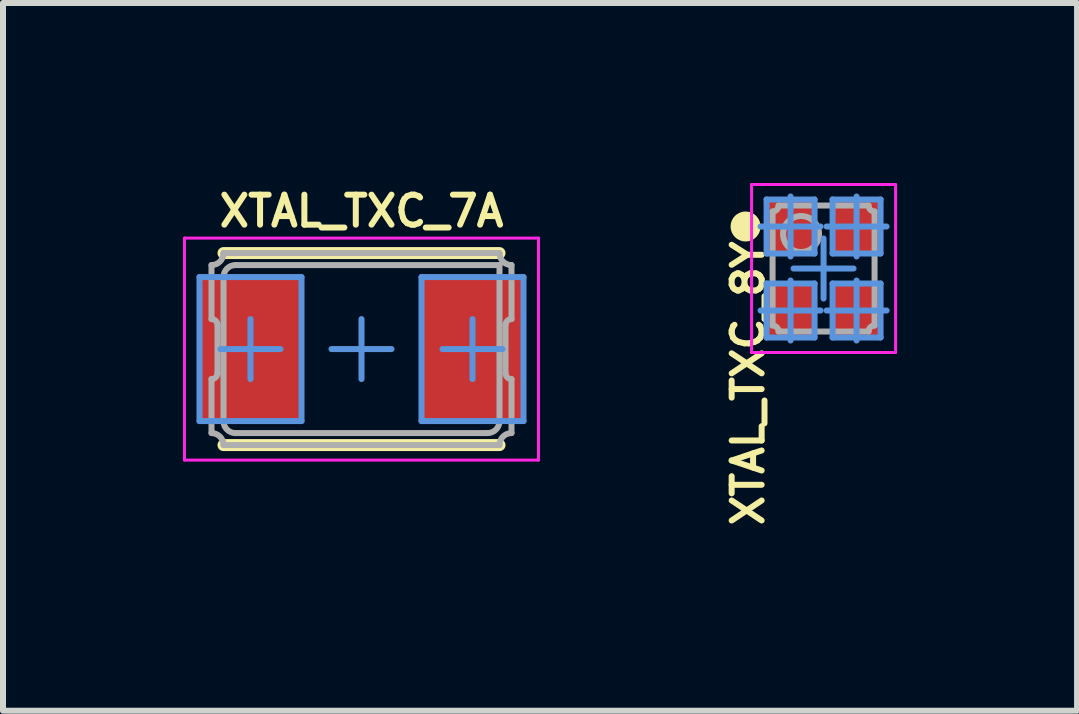
<source format=kicad_pcb>
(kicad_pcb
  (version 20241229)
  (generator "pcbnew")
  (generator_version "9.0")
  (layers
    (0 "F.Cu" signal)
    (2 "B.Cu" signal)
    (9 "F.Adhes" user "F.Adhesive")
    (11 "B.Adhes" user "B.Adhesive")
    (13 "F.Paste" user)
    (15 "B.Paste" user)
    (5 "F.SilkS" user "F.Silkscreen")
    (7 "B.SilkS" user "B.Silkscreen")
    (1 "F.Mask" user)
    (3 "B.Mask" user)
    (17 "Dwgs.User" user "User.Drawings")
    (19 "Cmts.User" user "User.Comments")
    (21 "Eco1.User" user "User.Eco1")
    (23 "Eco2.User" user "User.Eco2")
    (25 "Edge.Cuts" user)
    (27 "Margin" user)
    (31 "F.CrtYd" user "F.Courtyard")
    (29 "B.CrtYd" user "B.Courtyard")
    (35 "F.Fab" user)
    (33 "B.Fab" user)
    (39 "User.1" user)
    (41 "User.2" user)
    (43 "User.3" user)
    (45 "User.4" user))
  (footprint "XTAL_TXC_8Y"
    (layer "F.Cu")
    (at 10.676 1.425)
    (property "Reference" "XTAL_TXC_8Y" (at -1.258 1.914 90) (layer "F.SilkS") (effects (font (size 0.5 0.5) (thickness 0.1))))
    (attr smd)
    (fp_circle (center -1.3 -0.7) (end -1.175 -0.7) (stroke (width 0.25) (type solid)) (fill no) (layer "F.SilkS"))
    (fp_line (start -1.05 -0.7) (end -0.55 -0.7) (stroke (width 0.1) (type solid)) (layer "Cmts.User"))
    (fp_line (start -1.05 0.7) (end -0.55 0.7) (stroke (width 0.1) (type solid)) (layer "Cmts.User"))
    (fp_line (start -0.95 -1.15) (end -0.15 -1.15) (stroke (width 0.1) (type solid)) (layer "Cmts.User"))
    (fp_line (start -0.95 -0.25) (end -0.95 -1.15) (stroke (width 0.1) (type solid)) (layer "Cmts.User"))
    (fp_line (start -0.95 -0.25) (end -0.15 -0.25) (stroke (width 0.1) (type solid)) (layer "Cmts.User"))
    (fp_line (start -0.95 0.25) (end -0.15 0.25) (stroke (width 0.1) (type solid)) (layer "Cmts.User"))
    (fp_line (start -0.95 1.15) (end -0.95 0.25) (stroke (width 0.1) (type solid)) (layer "Cmts.User"))
    (fp_line (start -0.95 1.15) (end -0.15 1.15) (stroke (width 0.1) (type solid)) (layer "Cmts.User"))
    (fp_line (start -0.55 -0.7) (end -0.55 -1.2) (stroke (width 0.1) (type solid)) (layer "Cmts.User"))
    (fp_line (start -0.55 -0.7) (end -0.05 -0.7) (stroke (width 0.1) (type solid)) (layer "Cmts.User"))
    (fp_line (start -0.55 -0.2) (end -0.55 -0.7) (stroke (width 0.1) (type solid)) (layer "Cmts.User"))
    (fp_line (start -0.55 0.7) (end -0.55 0.2) (stroke (width 0.1) (type solid)) (layer "Cmts.User"))
    (fp_line (start -0.55 0.7) (end -0.05 0.7) (stroke (width 0.1) (type solid)) (layer "Cmts.User"))
    (fp_line (start -0.55 1.2) (end -0.55 0.7) (stroke (width 0.1) (type solid)) (layer "Cmts.User"))
    (fp_line (start -0.5 0) (end 0 0) (stroke (width 0.1) (type solid)) (layer "Cmts.User"))
    (fp_line (start -0.15 -0.25) (end -0.15 -1.15) (stroke (width 0.1) (type solid)) (layer "Cmts.User"))
    (fp_line (start -0.15 1.15) (end -0.15 0.25) (stroke (width 0.1) (type solid)) (layer "Cmts.User"))
    (fp_line (start 0 0) (end 0 -0.5) (stroke (width 0.1) (type solid)) (layer "Cmts.User"))
    (fp_line (start 0 0) (end 0.5 0) (stroke (width 0.1) (type solid)) (layer "Cmts.User"))
    (fp_line (start 0 0.5) (end 0 0) (stroke (width 0.1) (type solid)) (layer "Cmts.User"))
    (fp_line (start 0.05 -0.7) (end 0.55 -0.7) (stroke (width 0.1) (type solid)) (layer "Cmts.User"))
    (fp_line (start 0.05 0.7) (end 0.55 0.7) (stroke (width 0.1) (type solid)) (layer "Cmts.User"))
    (fp_line (start 0.15 -1.15) (end 0.95 -1.15) (stroke (width 0.1) (type solid)) (layer "Cmts.User"))
    (fp_line (start 0.15 -0.25) (end 0.15 -1.15) (stroke (width 0.1) (type solid)) (layer "Cmts.User"))
    (fp_line (start 0.15 -0.25) (end 0.95 -0.25) (stroke (width 0.1) (type solid)) (layer "Cmts.User"))
    (fp_line (start 0.15 0.25) (end 0.95 0.25) (stroke (width 0.1) (type solid)) (layer "Cmts.User"))
    (fp_line (start 0.15 1.15) (end 0.15 0.25) (stroke (width 0.1) (type solid)) (layer "Cmts.User"))
    (fp_line (start 0.15 1.15) (end 0.95 1.15) (stroke (width 0.1) (type solid)) (layer "Cmts.User"))
    (fp_line (start 0.55 -0.7) (end 0.55 -1.2) (stroke (width 0.1) (type solid)) (layer "Cmts.User"))
    (fp_line (start 0.55 -0.7) (end 1.05 -0.7) (stroke (width 0.1) (type solid)) (layer "Cmts.User"))
    (fp_line (start 0.55 -0.2) (end 0.55 -0.7) (stroke (width 0.1) (type solid)) (layer "Cmts.User"))
    (fp_line (start 0.55 0.7) (end 0.55 0.2) (stroke (width 0.1) (type solid)) (layer "Cmts.User"))
    (fp_line (start 0.55 0.7) (end 1.05 0.7) (stroke (width 0.1) (type solid)) (layer "Cmts.User"))
    (fp_line (start 0.55 1.2) (end 0.55 0.7) (stroke (width 0.1) (type solid)) (layer "Cmts.User"))
    (fp_line (start 0.95 -0.25) (end 0.95 -1.15) (stroke (width 0.1) (type solid)) (layer "Cmts.User"))
    (fp_line (start 0.95 1.15) (end 0.95 0.25) (stroke (width 0.1) (type solid)) (layer "Cmts.User"))
    (fp_line (start -1.2 -1.4) (end 1.2 -1.4) (stroke (width 0.05) (type solid)) (layer "F.CrtYd"))
    (fp_line (start -1.2 1.4) (end -1.2 -1.4) (stroke (width 0.05) (type solid)) (layer "F.CrtYd"))
    (fp_line (start -1.2 1.4) (end 1.2 1.4) (stroke (width 0.05) (type solid)) (layer "F.CrtYd"))
    (fp_line (start 1.2 1.4) (end 1.2 -1.4) (stroke (width 0.05) (type solid)) (layer "F.CrtYd"))
    (fp_line (start -0.85 0.95) (end -0.85 -0.95) (stroke (width 0.1) (type solid)) (layer "F.Fab"))
    (fp_line (start -0.75 -1.05) (end 0.75 -1.05) (stroke (width 0.1) (type solid)) (layer "F.Fab"))
    (fp_line (start -0.75 1.05) (end 0.75 1.05) (stroke (width 0.1) (type solid)) (layer "F.Fab"))
    (fp_line (start 0.85 0.95) (end 0.85 -0.95) (stroke (width 0.1) (type solid)) (layer "F.Fab"))
    (fp_arc (start -0.85 0.95) (mid -0.779289 0.979289) (end -0.75 1.05) (stroke (width 0.1) (type solid)) (layer "F.Fab"))
    (fp_arc (start -0.75 -1.05) (mid -0.779289 -0.979289) (end -0.85 -0.95) (stroke (width 0.1) (type solid)) (layer "F.Fab"))
    (fp_arc (start 0.75 1.05) (mid 0.779289 0.979289) (end 0.85 0.95) (stroke (width 0.1) (type solid)) (layer "F.Fab"))
    (fp_arc (start 0.85 -0.95) (mid 0.779289 -0.979289) (end 0.75 -1.05) (stroke (width 0.1) (type solid)) (layer "F.Fab"))
    (fp_circle (center -0.375 -0.575) (end -0.075 -0.575) (stroke (width 0.1) (type solid)) (fill no) (layer "F.Fab"))
    (pad "1" smd rect (at -0.55 -0.7) (size 0.8 0.9) (layers "F.Cu" "F.Mask" "F.Paste"))
    (pad "2" smd rect (at -0.55 0.7) (size 0.8 0.9) (layers "F.Cu" "F.Mask" "F.Paste"))
    (pad "3" smd rect (at 0.55 0.7) (size 0.8 0.9) (layers "F.Cu" "F.Mask" "F.Paste"))
    (pad "4" smd rect (at 0.55 -0.7) (size 0.8 0.9) (layers "F.Cu" "F.Mask" "F.Paste")))
  (footprint "XTAL_TXC_7A"
    (layer "F.Cu")
    (at 2.975 2.768)
    (property "Reference" "XTAL_TXC_7A" (at 0 -2.3 0) (layer "F.SilkS") (effects (font (size 0.5 0.5) (thickness 0.1))))
    (attr smd)
    (fp_line (start -2.3 -1.6) (end 2.3 -1.6) (stroke (width 0.2) (type solid)) (layer "F.SilkS"))
    (fp_line (start -2.3 1.6) (end 2.3 1.6) (stroke (width 0.2) (type solid)) (layer "F.SilkS"))
    (fp_line (start -2.7 -1.2) (end -1 -1.2) (stroke (width 0.1) (type solid)) (layer "Cmts.User"))
    (fp_line (start -2.7 1.2) (end -2.7 -1.2) (stroke (width 0.1) (type solid)) (layer "Cmts.User"))
    (fp_line (start -2.7 1.2) (end -1 1.2) (stroke (width 0.1) (type solid)) (layer "Cmts.User"))
    (fp_line (start -2.35 0) (end -1.85 0) (stroke (width 0.1) (type solid)) (layer "Cmts.User"))
    (fp_line (start -1.85 0) (end -1.85 -0.5) (stroke (width 0.1) (type solid)) (layer "Cmts.User"))
    (fp_line (start -1.85 0) (end -1.35 0) (stroke (width 0.1) (type solid)) (layer "Cmts.User"))
    (fp_line (start -1.85 0.5) (end -1.85 0) (stroke (width 0.1) (type solid)) (layer "Cmts.User"))
    (fp_line (start -1 1.2) (end -1 -1.2) (stroke (width 0.1) (type solid)) (layer "Cmts.User"))
    (fp_line (start -0.5 0) (end 0 0) (stroke (width 0.1) (type solid)) (layer "Cmts.User"))
    (fp_line (start 0 0) (end 0 -0.5) (stroke (width 0.1) (type solid)) (layer "Cmts.User"))
    (fp_line (start 0 0) (end 0.5 0) (stroke (width 0.1) (type solid)) (layer "Cmts.User"))
    (fp_line (start 0 0.5) (end 0 0) (stroke (width 0.1) (type solid)) (layer "Cmts.User"))
    (fp_line (start 1 -1.2) (end 2.7 -1.2) (stroke (width 0.1) (type solid)) (layer "Cmts.User"))
    (fp_line (start 1 1.2) (end 1 -1.2) (stroke (width 0.1) (type solid)) (layer "Cmts.User"))
    (fp_line (start 1 1.2) (end 2.7 1.2) (stroke (width 0.1) (type solid)) (layer "Cmts.User"))
    (fp_line (start 1.35 0) (end 1.85 0) (stroke (width 0.1) (type solid)) (layer "Cmts.User"))
    (fp_line (start 1.85 0) (end 1.85 -0.5) (stroke (width 0.1) (type solid)) (layer "Cmts.User"))
    (fp_line (start 1.85 0) (end 2.35 0) (stroke (width 0.1) (type solid)) (layer "Cmts.User"))
    (fp_line (start 1.85 0.5) (end 1.85 0) (stroke (width 0.1) (type solid)) (layer "Cmts.User"))
    (fp_line (start 2.7 1.2) (end 2.7 -1.2) (stroke (width 0.1) (type solid)) (layer "Cmts.User"))
    (fp_line (start -2.95 -1.85) (end 2.95 -1.85) (stroke (width 0.05) (type solid)) (layer "F.CrtYd"))
    (fp_line (start -2.95 1.85) (end -2.95 -1.85) (stroke (width 0.05) (type solid)) (layer "F.CrtYd"))
    (fp_line (start -2.95 1.85) (end 2.95 1.85) (stroke (width 0.05) (type solid)) (layer "F.CrtYd"))
    (fp_line (start 2.95 1.85) (end 2.95 -1.85) (stroke (width 0.05) (type solid)) (layer "F.CrtYd"))
    (fp_line (start -2.5 -0.5) (end -2.5 -1.4) (stroke (width 0.1) (type solid)) (layer "F.Fab"))
    (fp_line (start -2.5 1.4) (end -2.5 0.5) (stroke (width 0.1) (type solid)) (layer "F.Fab"))
    (fp_line (start -2.4 0.4) (end -2.4 -0.4) (stroke (width 0.1) (type solid)) (layer "F.Fab"))
    (fp_line (start -2.3 -1.6) (end 2.3 -1.6) (stroke (width 0.1) (type solid)) (layer "F.Fab"))
    (fp_line (start -2.3 1.2) (end -2.3 -1.2) (stroke (width 0.1) (type solid)) (layer "F.Fab"))
    (fp_line (start -2.3 1.6) (end 2.3 1.6) (stroke (width 0.1) (type solid)) (layer "F.Fab"))
    (fp_line (start -2.1 -1.4) (end 2.3 -1.4) (stroke (width 0.1) (type solid)) (layer "F.Fab"))
    (fp_line (start -2.1 1.4) (end 2.1 1.4) (stroke (width 0.1) (type solid)) (layer "F.Fab"))
    (fp_line (start 2.3 1.2) (end 2.3 -1.4) (stroke (width 0.1) (type solid)) (layer "F.Fab"))
    (fp_line (start 2.4 0.4) (end 2.4 -0.4) (stroke (width 0.1) (type solid)) (layer "F.Fab"))
    (fp_line (start 2.5 -0.5) (end 2.5 -1.4) (stroke (width 0.1) (type solid)) (layer "F.Fab"))
    (fp_line (start 2.5 1.4) (end 2.5 0.5) (stroke (width 0.1) (type solid)) (layer "F.Fab"))
    (fp_arc (start -2.5 -0.5) (mid -2.429289 -0.470711) (end -2.4 -0.4) (stroke (width 0.1) (type solid)) (layer "F.Fab"))
    (fp_arc (start -2.5 1.4) (mid -2.358579 1.458579) (end -2.3 1.6) (stroke (width 0.1) (type solid)) (layer "F.Fab"))
    (fp_arc (start -2.4 0.4) (mid -2.429289 0.470711) (end -2.5 0.5) (stroke (width 0.1) (type solid)) (layer "F.Fab"))
    (fp_arc (start -2.3 -1.6) (mid -2.358579 -1.458579) (end -2.5 -1.4) (stroke (width 0.1) (type solid)) (layer "F.Fab"))
    (fp_arc (start -2.3 -1.2) (mid -2.241421 -1.341421) (end -2.1 -1.4) (stroke (width 0.1) (type solid)) (layer "F.Fab"))
    (fp_arc (start -2.1 1.4) (mid -2.241421 1.341421) (end -2.3 1.2) (stroke (width 0.1) (type solid)) (layer "F.Fab"))
    (fp_arc (start 2.3 1.2) (mid 2.241421 1.341421) (end 2.1 1.4) (stroke (width 0.1) (type solid)) (layer "F.Fab"))
    (fp_arc (start 2.3 1.6) (mid 2.358579 1.458579) (end 2.5 1.4) (stroke (width 0.1) (type solid)) (layer "F.Fab"))
    (fp_arc (start 2.4 -0.4) (mid 2.429289 -0.470711) (end 2.5 -0.5) (stroke (width 0.1) (type solid)) (layer "F.Fab"))
    (fp_arc (start 2.5 -1.4) (mid 2.358579 -1.458579) (end 2.3 -1.6) (stroke (width 0.1) (type solid)) (layer "F.Fab"))
    (fp_arc (start 2.5 0.5) (mid 2.429289 0.470711) (end 2.4 0.4) (stroke (width 0.1) (type solid)) (layer "F.Fab"))
    (pad "1" smd rect (at -1.85 0 180) (size 1.7 2.4) (layers "F.Cu" "F.Mask" "F.Paste"))
    (pad "2" smd rect (at 1.85 0 180) (size 1.7 2.4) (layers "F.Cu" "F.Mask" "F.Paste")))
  (gr_rect
    (start -3 -3)
    (end 14.901 8.796)
    (stroke (width 0.1) (type default))
    (fill no)
    (layer "Edge.Cuts")))
</source>
